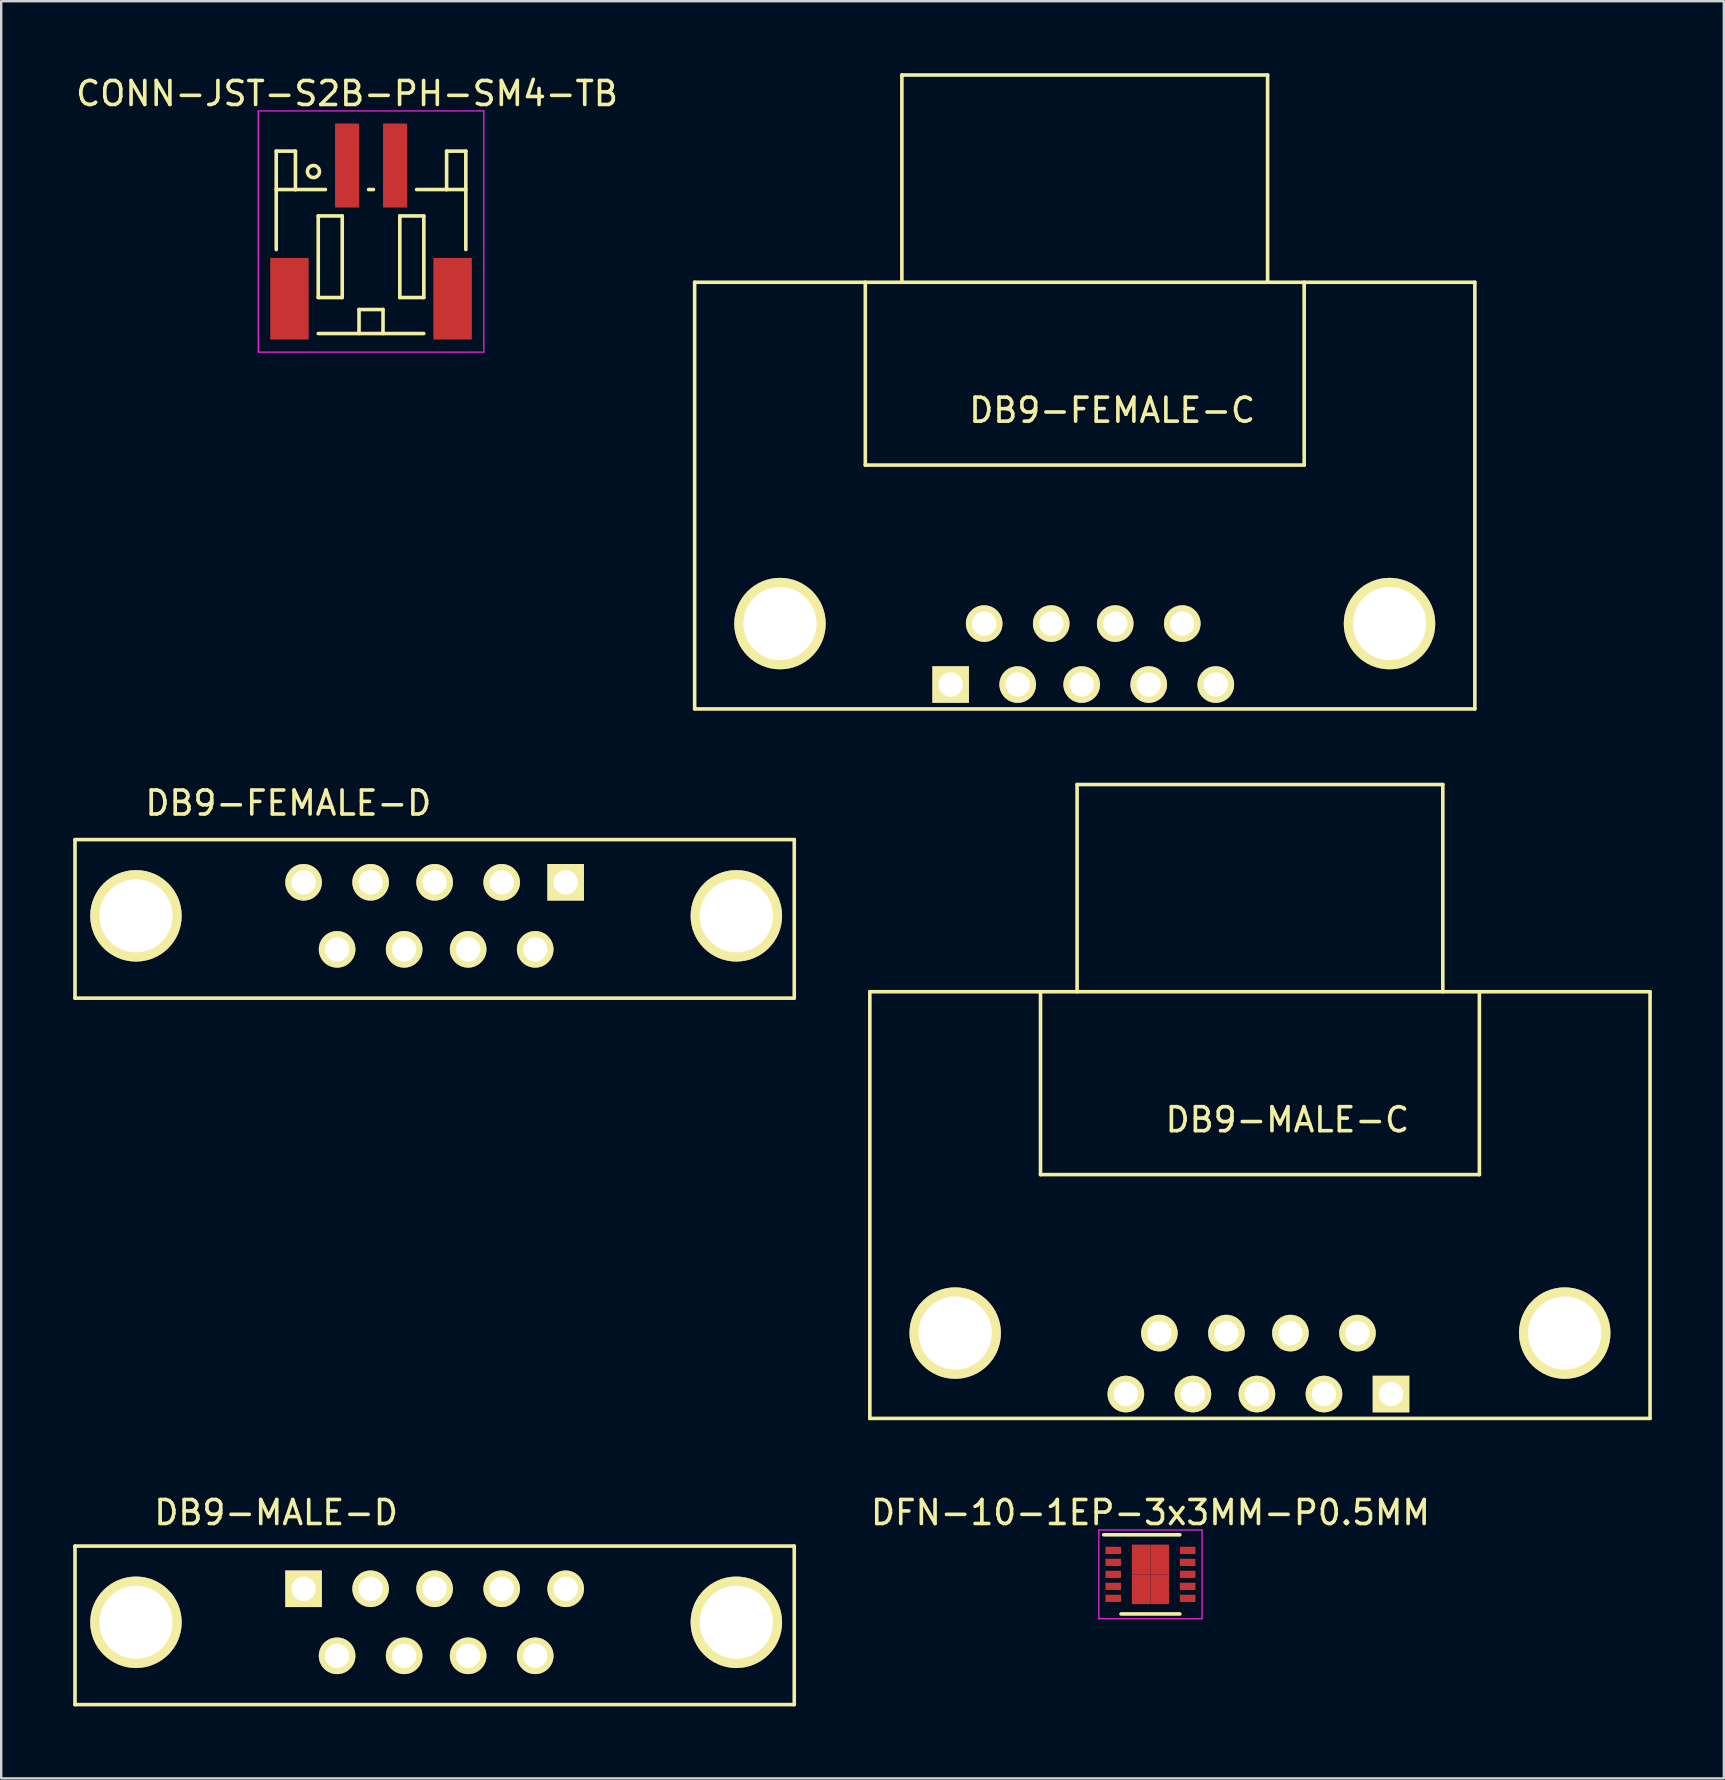
<source format=kicad_pcb>
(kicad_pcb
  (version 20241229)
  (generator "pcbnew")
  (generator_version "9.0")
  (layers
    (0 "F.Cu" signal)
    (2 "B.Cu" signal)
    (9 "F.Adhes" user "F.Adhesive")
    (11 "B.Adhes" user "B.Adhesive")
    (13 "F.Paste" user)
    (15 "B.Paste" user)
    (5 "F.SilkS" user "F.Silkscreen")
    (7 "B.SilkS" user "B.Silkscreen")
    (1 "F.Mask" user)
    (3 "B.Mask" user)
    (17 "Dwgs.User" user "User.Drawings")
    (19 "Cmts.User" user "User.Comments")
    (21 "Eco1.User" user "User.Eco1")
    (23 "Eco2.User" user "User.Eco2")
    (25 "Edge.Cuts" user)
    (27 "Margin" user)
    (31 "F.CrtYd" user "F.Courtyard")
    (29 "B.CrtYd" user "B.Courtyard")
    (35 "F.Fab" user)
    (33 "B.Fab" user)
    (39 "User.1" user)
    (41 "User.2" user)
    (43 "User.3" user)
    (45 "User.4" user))
  (footprint "DB9-MALE-C"
    (layer "F.Cu")
    (at 49.326 53.771)
    (property "Reference" "DB9-MALE-C" (at 1.27 -10.16 0) (layer "F.SilkS") (effects (font (size 1 1) (thickness 0.15))))
    (attr through_hole)
    (fp_line (start -16.129 -15.494) (end -16.129 2.286) (stroke (width 0.15) (type solid)) (layer "F.SilkS"))
    (fp_line (start -16.129 2.286) (end 16.383 2.286) (stroke (width 0.15) (type solid)) (layer "F.SilkS"))
    (fp_line (start -9.017 -15.494) (end -9.017 -7.874) (stroke (width 0.15) (type solid)) (layer "F.SilkS"))
    (fp_line (start -9.017 -7.874) (end 9.271 -7.874) (stroke (width 0.15) (type solid)) (layer "F.SilkS"))
    (fp_line (start -7.493 -24.13) (end 7.747 -24.13) (stroke (width 0.15) (type solid)) (layer "F.SilkS"))
    (fp_line (start -7.493 -15.494) (end -7.493 -24.13) (stroke (width 0.15) (type solid)) (layer "F.SilkS"))
    (fp_line (start 7.747 -24.13) (end 7.747 -15.494) (stroke (width 0.15) (type solid)) (layer "F.SilkS"))
    (fp_line (start 9.271 -7.874) (end 9.271 -15.494) (stroke (width 0.15) (type solid)) (layer "F.SilkS"))
    (fp_line (start 16.383 -15.494) (end -16.129 -15.494) (stroke (width 0.15) (type solid)) (layer "F.SilkS"))
    (fp_line (start 16.383 2.286) (end 16.383 -15.494) (stroke (width 0.15) (type solid)) (layer "F.SilkS"))
    (pad "" thru_hole circle (at -12.573 -1.27) (size 3.81 3.81) (drill 3.048) (layers "*.Cu" "*.Mask" "F.SilkS"))
    (pad "" thru_hole circle (at 12.827 -1.27) (size 3.81 3.81) (drill 3.048) (layers "*.Cu" "*.Mask" "F.SilkS"))
    (pad "1" thru_hole rect (at 5.588 1.27) (size 1.524 1.524) (drill 1.016) (layers "*.Cu" "*.Mask" "F.SilkS"))
    (pad "2" thru_hole circle (at 2.794 1.27) (size 1.524 1.524) (drill 1.016) (layers "*.Cu" "*.Mask" "F.SilkS"))
    (pad "3" thru_hole circle (at 0 1.27) (size 1.524 1.524) (drill 1.016) (layers "*.Cu" "*.Mask" "F.SilkS"))
    (pad "4" thru_hole circle (at -2.667 1.27) (size 1.524 1.524) (drill 1.016) (layers "*.Cu" "*.Mask" "F.SilkS"))
    (pad "5" thru_hole circle (at -5.461 1.27) (size 1.524 1.524) (drill 1.016) (layers "*.Cu" "*.Mask" "F.SilkS"))
    (pad "6" thru_hole circle (at 4.191 -1.27) (size 1.524 1.524) (drill 1.016) (layers "*.Cu" "*.Mask" "F.SilkS"))
    (pad "7" thru_hole circle (at 1.397 -1.27) (size 1.524 1.524) (drill 1.016) (layers "*.Cu" "*.Mask" "F.SilkS"))
    (pad "8" thru_hole circle (at -1.27 -1.27) (size 1.524 1.524) (drill 1.016) (layers "*.Cu" "*.Mask" "F.SilkS"))
    (pad "9" thru_hole circle (at -4.064 -1.27) (size 1.524 1.524) (drill 1.016) (layers "*.Cu" "*.Mask" "F.SilkS")))
  (footprint "DB9-FEMALE-D"
    (layer "F.Cu")
    (at 15.061 35.24)
    (property "Reference" "DB9-FEMALE-D" (at -6.096 -4.826 180) (layer "F.SilkS") (effects (font (size 1 1) (thickness 0.15))))
    (attr through_hole)
    (fp_line (start -14.986 -3.302) (end -14.986 3.302) (stroke (width 0.15) (type solid)) (layer "F.SilkS"))
    (fp_line (start -14.986 3.302) (end 14.986 3.302) (stroke (width 0.15) (type solid)) (layer "F.SilkS"))
    (fp_line (start 14.986 -3.302) (end -14.986 -3.302) (stroke (width 0.15) (type solid)) (layer "F.SilkS"))
    (fp_line (start 14.986 3.302) (end 14.986 -3.302) (stroke (width 0.15) (type solid)) (layer "F.SilkS"))
    (pad "0" thru_hole circle (at -12.446 -0.127) (size 3.81 3.81) (drill 3.048) (layers "*.Cu" "*.Mask" "F.SilkS"))
    (pad "0" thru_hole circle (at 12.573 -0.127) (size 3.81 3.81) (drill 3.048) (layers "*.Cu" "*.Mask" "F.SilkS"))
    (pad "1" thru_hole rect (at 5.461 -1.524) (size 1.524 1.524) (drill 1.016) (layers "*.Cu" "*.Mask" "F.SilkS"))
    (pad "2" thru_hole circle (at 2.794 -1.524) (size 1.524 1.524) (drill 1.016) (layers "*.Cu" "*.Mask" "F.SilkS"))
    (pad "3" thru_hole circle (at 0 -1.524) (size 1.524 1.524) (drill 1.016) (layers "*.Cu" "*.Mask" "F.SilkS"))
    (pad "4" thru_hole circle (at -2.667 -1.524) (size 1.524 1.524) (drill 1.016) (layers "*.Cu" "*.Mask" "F.SilkS"))
    (pad "5" thru_hole circle (at -5.461 -1.524) (size 1.524 1.524) (drill 1.016) (layers "*.Cu" "*.Mask" "F.SilkS"))
    (pad "6" thru_hole circle (at 4.191 1.27) (size 1.524 1.524) (drill 1.016) (layers "*.Cu" "*.Mask" "F.SilkS"))
    (pad "7" thru_hole circle (at 1.397 1.27) (size 1.524 1.524) (drill 1.016) (layers "*.Cu" "*.Mask" "F.SilkS"))
    (pad "8" thru_hole circle (at -1.27 1.27) (size 1.524 1.524) (drill 1.016) (layers "*.Cu" "*.Mask" "F.SilkS"))
    (pad "9" thru_hole circle (at -4.064 1.27) (size 1.524 1.524) (drill 1.016) (layers "*.Cu" "*.Mask" "F.SilkS")))
  (footprint "DB9-FEMALE-C"
    (layer "F.Cu")
    (at 42.025 24.205)
    (property "Reference" "DB9-FEMALE-C" (at 1.27 -10.16 0) (layer "F.SilkS") (effects (font (size 1 1) (thickness 0.15))))
    (attr through_hole)
    (fp_line (start -16.129 -15.494) (end -16.129 2.286) (stroke (width 0.15) (type solid)) (layer "F.SilkS"))
    (fp_line (start -16.129 2.286) (end 16.383 2.286) (stroke (width 0.15) (type solid)) (layer "F.SilkS"))
    (fp_line (start -9.017 -15.494) (end -9.017 -7.874) (stroke (width 0.15) (type solid)) (layer "F.SilkS"))
    (fp_line (start -9.017 -7.874) (end 9.271 -7.874) (stroke (width 0.15) (type solid)) (layer "F.SilkS"))
    (fp_line (start -7.493 -24.13) (end 7.747 -24.13) (stroke (width 0.15) (type solid)) (layer "F.SilkS"))
    (fp_line (start -7.493 -15.494) (end -7.493 -24.13) (stroke (width 0.15) (type solid)) (layer "F.SilkS"))
    (fp_line (start 7.747 -24.13) (end 7.747 -15.494) (stroke (width 0.15) (type solid)) (layer "F.SilkS"))
    (fp_line (start 9.271 -7.874) (end 9.271 -15.494) (stroke (width 0.15) (type solid)) (layer "F.SilkS"))
    (fp_line (start 16.383 -15.494) (end -16.129 -15.494) (stroke (width 0.15) (type solid)) (layer "F.SilkS"))
    (fp_line (start 16.383 2.286) (end 16.383 -15.494) (stroke (width 0.15) (type solid)) (layer "F.SilkS"))
    (pad "" thru_hole circle (at -12.573 -1.27) (size 3.81 3.81) (drill 3.048) (layers "*.Cu" "*.Mask" "F.SilkS"))
    (pad "" thru_hole circle (at 12.827 -1.27) (size 3.81 3.81) (drill 3.048) (layers "*.Cu" "*.Mask" "F.SilkS"))
    (pad "1" thru_hole rect (at -5.461 1.27) (size 1.524 1.524) (drill 1.016) (layers "*.Cu" "*.Mask" "F.SilkS"))
    (pad "2" thru_hole circle (at -2.667 1.27) (size 1.524 1.524) (drill 1.016) (layers "*.Cu" "*.Mask" "F.SilkS"))
    (pad "3" thru_hole circle (at 0 1.27) (size 1.524 1.524) (drill 1.016) (layers "*.Cu" "*.Mask" "F.SilkS"))
    (pad "4" thru_hole circle (at 2.794 1.27) (size 1.524 1.524) (drill 1.016) (layers "*.Cu" "*.Mask" "F.SilkS"))
    (pad "5" thru_hole circle (at 5.588 1.27) (size 1.524 1.524) (drill 1.016) (layers "*.Cu" "*.Mask" "F.SilkS"))
    (pad "6" thru_hole circle (at -4.064 -1.27) (size 1.524 1.524) (drill 1.016) (layers "*.Cu" "*.Mask" "F.SilkS"))
    (pad "7" thru_hole circle (at -1.27 -1.27) (size 1.524 1.524) (drill 1.016) (layers "*.Cu" "*.Mask" "F.SilkS"))
    (pad "8" thru_hole circle (at 1.397 -1.27) (size 1.524 1.524) (drill 1.016) (layers "*.Cu" "*.Mask" "F.SilkS"))
    (pad "9" thru_hole circle (at 4.191 -1.27) (size 1.524 1.524) (drill 1.016) (layers "*.Cu" "*.Mask" "F.SilkS")))
  (footprint "DFN-10-1EP-3x3MM-P0.5MM"
    (layer "F.Cu")
    (at 44.89 62.555)
    (property "Reference" "DFN-10-1EP-3x3MM-P0.5MM" (at 0 -2.575 0) (layer "F.SilkS") (effects (font (size 1 1) (thickness 0.15))))
    (attr smd)
    (fp_line (start -1.95 -1.65) (end 1.225 -1.65) (stroke (width 0.15) (type solid)) (layer "F.SilkS"))
    (fp_line (start -1.225 1.65) (end 1.225 1.65) (stroke (width 0.15) (type solid)) (layer "F.SilkS"))
    (fp_line (start -2.15 -1.85) (end -2.15 1.85) (stroke (width 0.05) (type solid)) (layer "F.CrtYd"))
    (fp_line (start -2.15 -1.85) (end 2.15 -1.85) (stroke (width 0.05) (type solid)) (layer "F.CrtYd"))
    (fp_line (start -2.15 1.85) (end 2.15 1.85) (stroke (width 0.05) (type solid)) (layer "F.CrtYd"))
    (fp_line (start 2.15 -1.85) (end 2.15 1.85) (stroke (width 0.05) (type solid)) (layer "F.CrtYd"))
    (pad "1" smd rect (at -1.55 -1) (size 0.65 0.3) (layers "F.Cu" "F.Mask" "F.Paste"))
    (pad "2" smd rect (at -1.55 -0.5) (size 0.65 0.3) (layers "F.Cu" "F.Mask" "F.Paste"))
    (pad "3" smd rect (at -1.55 0) (size 0.65 0.3) (layers "F.Cu" "F.Mask" "F.Paste"))
    (pad "4" smd rect (at -1.55 0.5) (size 0.65 0.3) (layers "F.Cu" "F.Mask" "F.Paste"))
    (pad "5" smd rect (at -1.55 1) (size 0.65 0.3) (layers "F.Cu" "F.Mask" "F.Paste"))
    (pad "6" smd rect (at 1.55 1) (size 0.65 0.3) (layers "F.Cu" "F.Mask" "F.Paste"))
    (pad "7" smd rect (at 1.55 0.5) (size 0.65 0.3) (layers "F.Cu" "F.Mask" "F.Paste"))
    (pad "8" smd rect (at 1.55 0) (size 0.65 0.3) (layers "F.Cu" "F.Mask" "F.Paste"))
    (pad "9" smd rect (at 1.55 -0.5) (size 0.65 0.3) (layers "F.Cu" "F.Mask" "F.Paste"))
    (pad "10" smd rect (at 1.55 -1) (size 0.65 0.3) (layers "F.Cu" "F.Mask" "F.Paste"))
    (pad "11" smd rect (at -0.388 -0.62) (size 0.775 1.24) (layers "F.Cu" "F.Mask" "F.Paste"))
    (pad "11" smd rect (at -0.388 0.62) (size 0.775 1.24) (layers "F.Cu" "F.Mask" "F.Paste"))
    (pad "11" smd rect (at 0.388 -0.62) (size 0.775 1.24) (layers "F.Cu" "F.Mask" "F.Paste"))
    (pad "11" smd rect (at 0.388 0.62) (size 0.775 1.24) (layers "F.Cu" "F.Mask" "F.Paste")))
  (footprint "CONN-JST-S2B-PH-SM4-TB"
    (layer "F.Cu")
    (at 12.411 6.623)
    (property "Reference" "CONN-JST-S2B-PH-SM4-TB" (at -1 -5.775 0) (layer "F.SilkS") (effects (font (size 1 1) (thickness 0.15))))
    (attr smd)
    (fp_line (start -3.95 -3.375) (end -3.95 0.725) (stroke (width 0.15) (type solid)) (layer "F.SilkS"))
    (fp_line (start -3.15 -3.375) (end -3.95 -3.375) (stroke (width 0.15) (type solid)) (layer "F.SilkS"))
    (fp_line (start -3.15 -1.775) (end -3.95 -1.775) (stroke (width 0.15) (type solid)) (layer "F.SilkS"))
    (fp_line (start -3.15 -1.775) (end -3.15 -3.375) (stroke (width 0.15) (type solid)) (layer "F.SilkS"))
    (fp_line (start -2.2 -0.675) (end -2.2 2.725) (stroke (width 0.15) (type solid)) (layer "F.SilkS"))
    (fp_line (start -2.2 2.725) (end -1.2 2.725) (stroke (width 0.15) (type solid)) (layer "F.SilkS"))
    (fp_line (start -2.2 4.225) (end 2.2 4.225) (stroke (width 0.15) (type solid)) (layer "F.SilkS"))
    (fp_line (start -1.9 -1.775) (end -3.15 -1.775) (stroke (width 0.15) (type solid)) (layer "F.SilkS"))
    (fp_line (start -1.2 -0.675) (end -2.2 -0.675) (stroke (width 0.15) (type solid)) (layer "F.SilkS"))
    (fp_line (start -1.2 2.725) (end -1.2 -0.675) (stroke (width 0.15) (type solid)) (layer "F.SilkS"))
    (fp_line (start -0.5 3.225) (end 0.5 3.225) (stroke (width 0.15) (type solid)) (layer "F.SilkS"))
    (fp_line (start -0.5 4.225) (end -0.5 3.225) (stroke (width 0.15) (type solid)) (layer "F.SilkS"))
    (fp_line (start -0.1 -1.775) (end 0.1 -1.775) (stroke (width 0.15) (type solid)) (layer "F.SilkS"))
    (fp_line (start 0.5 3.225) (end 0.5 4.225) (stroke (width 0.15) (type solid)) (layer "F.SilkS"))
    (fp_line (start 1.2 -0.675) (end 2.2 -0.675) (stroke (width 0.15) (type solid)) (layer "F.SilkS"))
    (fp_line (start 1.2 2.725) (end 1.2 -0.675) (stroke (width 0.15) (type solid)) (layer "F.SilkS"))
    (fp_line (start 1.9 -1.775) (end 3.15 -1.775) (stroke (width 0.15) (type solid)) (layer "F.SilkS"))
    (fp_line (start 2.2 -0.675) (end 2.2 2.725) (stroke (width 0.15) (type solid)) (layer "F.SilkS"))
    (fp_line (start 2.2 2.725) (end 1.2 2.725) (stroke (width 0.15) (type solid)) (layer "F.SilkS"))
    (fp_line (start 3.15 -3.375) (end 3.95 -3.375) (stroke (width 0.15) (type solid)) (layer "F.SilkS"))
    (fp_line (start 3.15 -1.775) (end 3.15 -3.375) (stroke (width 0.15) (type solid)) (layer "F.SilkS"))
    (fp_line (start 3.15 -1.775) (end 3.95 -1.775) (stroke (width 0.15) (type solid)) (layer "F.SilkS"))
    (fp_line (start 3.95 -3.375) (end 3.95 0.725) (stroke (width 0.15) (type solid)) (layer "F.SilkS"))
    (fp_circle (center -2.4 -2.525) (end -2.15 -2.525) (stroke (width 0.15) (type solid)) (fill no) (layer "F.SilkS"))
    (fp_line (start -4.7 -5.05) (end 4.7 -5.05) (stroke (width 0.05) (type solid)) (layer "F.CrtYd"))
    (fp_line (start -4.7 5) (end -4.7 -5.05) (stroke (width 0.05) (type solid)) (layer "F.CrtYd"))
    (fp_line (start 4.7 -5.05) (end 4.7 5) (stroke (width 0.05) (type solid)) (layer "F.CrtYd"))
    (fp_line (start 4.7 5) (end -4.7 5) (stroke (width 0.05) (type solid)) (layer "F.CrtYd"))
    (pad "" smd rect (at -3.4 2.775) (size 1.6 3.4) (layers "F.Cu" "F.Mask" "F.Paste"))
    (pad "" smd rect (at 3.4 2.775) (size 1.6 3.4) (layers "F.Cu" "F.Mask" "F.Paste"))
    (pad "1" smd rect (at -1 -2.775) (size 1 3.5) (layers "F.Cu" "F.Mask" "F.Paste"))
    (pad "2" smd rect (at 1 -2.775) (size 1 3.5) (layers "F.Cu" "F.Mask" "F.Paste")))
  (footprint "DB9-MALE-D"
    (layer "F.Cu")
    (at 15.061 64.552)
    (property "Reference" "DB9-MALE-D" (at -6.604 -4.572 0) (layer "F.SilkS") (effects (font (size 1 1) (thickness 0.15))))
    (attr through_hole)
    (fp_line (start -14.986 -3.175) (end -14.986 3.429) (stroke (width 0.15) (type solid)) (layer "F.SilkS"))
    (fp_line (start -14.986 3.429) (end 14.986 3.429) (stroke (width 0.15) (type solid)) (layer "F.SilkS"))
    (fp_line (start 14.986 -3.175) (end -14.986 -3.175) (stroke (width 0.15) (type solid)) (layer "F.SilkS"))
    (fp_line (start 14.986 3.429) (end 14.986 -3.175) (stroke (width 0.15) (type solid)) (layer "F.SilkS"))
    (pad "0" thru_hole circle (at -12.446 0) (size 3.81 3.81) (drill 3.048) (layers "*.Cu" "*.Mask" "F.SilkS"))
    (pad "0" thru_hole circle (at 12.573 0) (size 3.81 3.81) (drill 3.048) (layers "*.Cu" "*.Mask" "F.SilkS"))
    (pad "1" thru_hole rect (at -5.461 -1.397) (size 1.524 1.524) (drill 1.016) (layers "*.Cu" "*.Mask" "F.SilkS"))
    (pad "2" thru_hole circle (at -2.667 -1.397) (size 1.524 1.524) (drill 1.016) (layers "*.Cu" "*.Mask" "F.SilkS"))
    (pad "3" thru_hole circle (at 0 -1.397) (size 1.524 1.524) (drill 1.016) (layers "*.Cu" "*.Mask" "F.SilkS"))
    (pad "4" thru_hole circle (at 2.794 -1.397) (size 1.524 1.524) (drill 1.016) (layers "*.Cu" "*.Mask" "F.SilkS"))
    (pad "5" thru_hole circle (at 5.461 -1.397) (size 1.524 1.524) (drill 1.016) (layers "*.Cu" "*.Mask" "F.SilkS"))
    (pad "6" thru_hole circle (at -4.064 1.397) (size 1.524 1.524) (drill 1.016) (layers "*.Cu" "*.Mask" "F.SilkS"))
    (pad "7" thru_hole circle (at -1.27 1.397) (size 1.524 1.524) (drill 1.016) (layers "*.Cu" "*.Mask" "F.SilkS"))
    (pad "8" thru_hole circle (at 1.397 1.397) (size 1.524 1.524) (drill 1.016) (layers "*.Cu" "*.Mask" "F.SilkS"))
    (pad "9" thru_hole circle (at 4.191 1.397) (size 1.524 1.524) (drill 1.016) (layers "*.Cu" "*.Mask" "F.SilkS")))
  (gr_rect
    (start -3 -3)
    (end 68.784 71.056)
    (stroke (width 0.1) (type default))
    (fill no)
    (layer "Edge.Cuts")))
</source>
